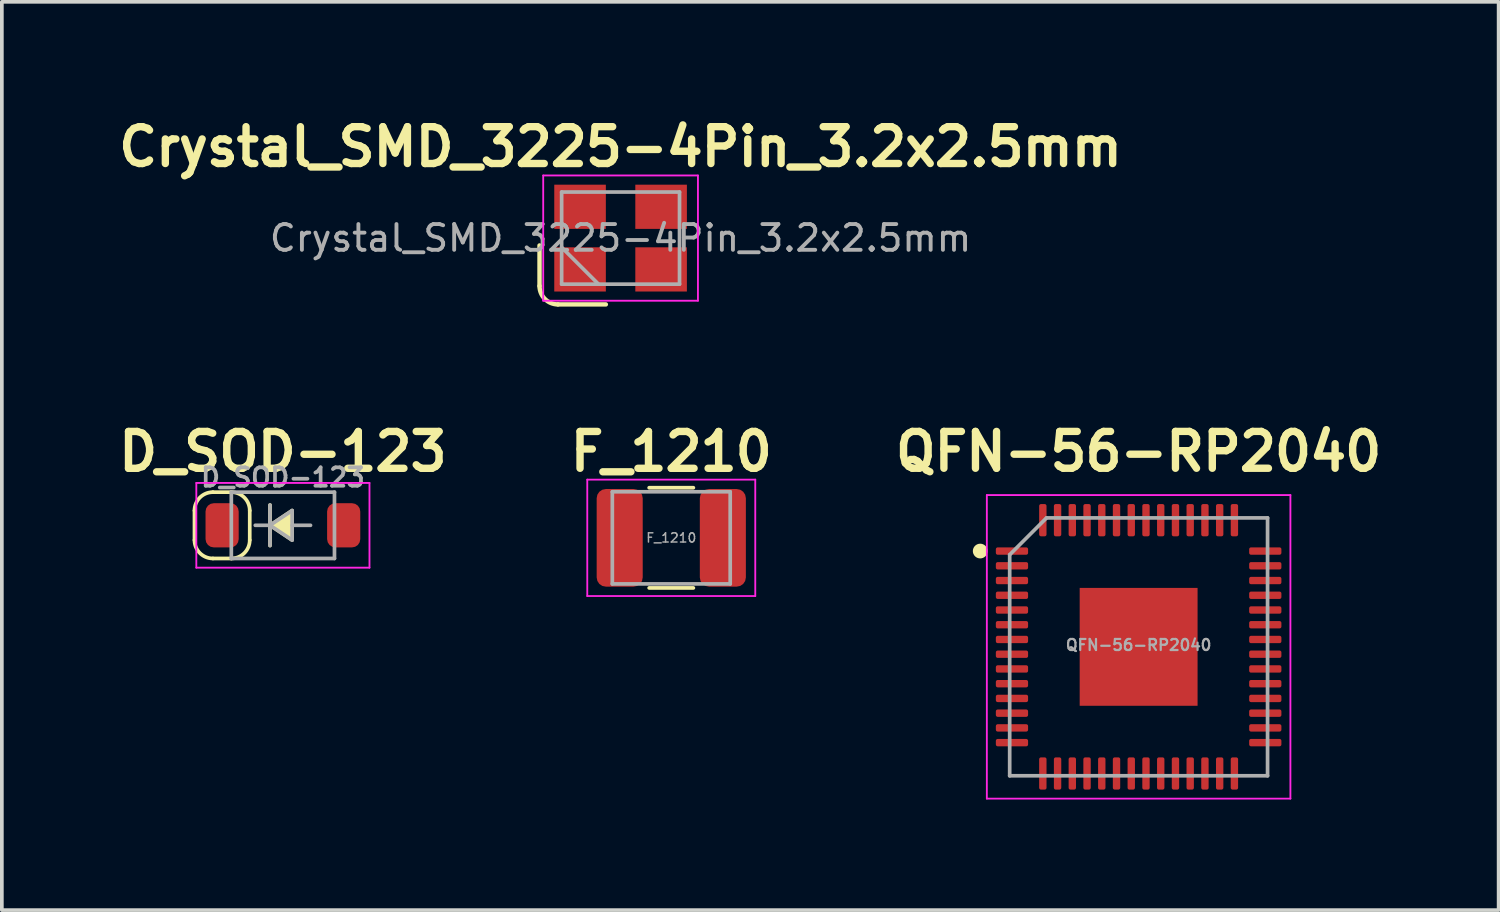
<source format=kicad_pcb>
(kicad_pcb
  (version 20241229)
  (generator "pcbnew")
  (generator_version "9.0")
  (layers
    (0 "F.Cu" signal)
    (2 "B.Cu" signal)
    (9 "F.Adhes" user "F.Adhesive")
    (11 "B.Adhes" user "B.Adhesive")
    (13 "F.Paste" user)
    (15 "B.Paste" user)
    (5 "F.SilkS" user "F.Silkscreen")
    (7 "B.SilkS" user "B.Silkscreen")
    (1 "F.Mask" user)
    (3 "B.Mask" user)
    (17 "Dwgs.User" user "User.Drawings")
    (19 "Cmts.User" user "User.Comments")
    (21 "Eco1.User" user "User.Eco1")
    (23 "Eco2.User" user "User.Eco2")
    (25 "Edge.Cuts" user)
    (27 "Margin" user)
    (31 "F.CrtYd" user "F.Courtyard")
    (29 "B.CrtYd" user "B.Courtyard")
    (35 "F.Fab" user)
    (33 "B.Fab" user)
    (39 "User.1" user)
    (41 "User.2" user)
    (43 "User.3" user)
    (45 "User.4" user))
  (footprint "QFN-56-RP2040"
    (layer "F.Cu")
    (at 27.857 14.508)
    (property "Reference" "QFN-56-RP2040" (at 0 -5.3 0) (unlocked yes) (layer "F.SilkS") (effects (font (size 1 1) (thickness 0.2))))
    (attr smd)
    (fp_circle (center -4.3 -2.6) (end -4.15 -2.6) (stroke (width 0.1) (type solid)) (fill yes) (layer "F.SilkS"))
    (fp_line (start -4.12 -4.12) (end -4.12 4.12) (stroke (width 0.05) (type solid)) (layer "F.CrtYd"))
    (fp_line (start -4.12 4.12) (end 4.12 4.12) (stroke (width 0.05) (type solid)) (layer "F.CrtYd"))
    (fp_line (start 4.12 -4.12) (end -4.12 -4.12) (stroke (width 0.05) (type solid)) (layer "F.CrtYd"))
    (fp_line (start 4.12 4.12) (end 4.12 -4.12) (stroke (width 0.05) (type solid)) (layer "F.CrtYd"))
    (fp_line (start -3.5 -2.5) (end -2.5 -3.5) (stroke (width 0.1) (type solid)) (layer "F.Fab"))
    (fp_line (start -3.5 3.5) (end -3.5 -2.5) (stroke (width 0.1) (type solid)) (layer "F.Fab"))
    (fp_line (start -2.5 -3.5) (end 3.5 -3.5) (stroke (width 0.1) (type solid)) (layer "F.Fab"))
    (fp_line (start 3.5 -3.5) (end 3.5 3.5) (stroke (width 0.1) (type solid)) (layer "F.Fab"))
    (fp_line (start 3.5 3.5) (end -3.5 3.5) (stroke (width 0.1) (type solid)) (layer "F.Fab"))
    (fp_text user "${REFERENCE}" (at 0 -0.05 0) (layer "F.Fab") (effects (font (size 0.3 0.3) (thickness 0.06))))
    (pad "" smd roundrect (at -0.7 -0.7) (size 1.13 1.13) (layers "F.Paste") (roundrect_rratio 0.221))
    (pad "" smd roundrect (at -0.7 0.7) (size 1.13 1.13) (layers "F.Paste") (roundrect_rratio 0.221))
    (pad "" smd roundrect (at 0.7 -0.7) (size 1.13 1.13) (layers "F.Paste") (roundrect_rratio 0.221))
    (pad "" smd roundrect (at 0.7 0.7) (size 1.13 1.13) (layers "F.Paste") (roundrect_rratio 0.221))
    (pad "1" smd roundrect (at -3.438 -2.6) (size 0.875 0.2) (layers "F.Cu" "F.Mask" "F.Paste") (roundrect_rratio 0.25))
    (pad "2" smd roundrect (at -3.438 -2.2) (size 0.875 0.2) (layers "F.Cu" "F.Mask" "F.Paste") (roundrect_rratio 0.25))
    (pad "3" smd roundrect (at -3.438 -1.8) (size 0.875 0.2) (layers "F.Cu" "F.Mask" "F.Paste") (roundrect_rratio 0.25))
    (pad "4" smd roundrect (at -3.438 -1.4) (size 0.875 0.2) (layers "F.Cu" "F.Mask" "F.Paste") (roundrect_rratio 0.25))
    (pad "5" smd roundrect (at -3.438 -1) (size 0.875 0.2) (layers "F.Cu" "F.Mask" "F.Paste") (roundrect_rratio 0.25))
    (pad "6" smd roundrect (at -3.438 -0.6) (size 0.875 0.2) (layers "F.Cu" "F.Mask" "F.Paste") (roundrect_rratio 0.25))
    (pad "7" smd roundrect (at -3.438 -0.2) (size 0.875 0.2) (layers "F.Cu" "F.Mask" "F.Paste") (roundrect_rratio 0.25))
    (pad "8" smd roundrect (at -3.438 0.2) (size 0.875 0.2) (layers "F.Cu" "F.Mask" "F.Paste") (roundrect_rratio 0.25))
    (pad "9" smd roundrect (at -3.438 0.6) (size 0.875 0.2) (layers "F.Cu" "F.Mask" "F.Paste") (roundrect_rratio 0.25))
    (pad "10" smd roundrect (at -3.438 1) (size 0.875 0.2) (layers "F.Cu" "F.Mask" "F.Paste") (roundrect_rratio 0.25))
    (pad "11" smd roundrect (at -3.438 1.4) (size 0.875 0.2) (layers "F.Cu" "F.Mask" "F.Paste") (roundrect_rratio 0.25))
    (pad "12" smd roundrect (at -3.438 1.8) (size 0.875 0.2) (layers "F.Cu" "F.Mask" "F.Paste") (roundrect_rratio 0.25))
    (pad "13" smd roundrect (at -3.438 2.2) (size 0.875 0.2) (layers "F.Cu" "F.Mask" "F.Paste") (roundrect_rratio 0.25))
    (pad "14" smd roundrect (at -3.438 2.6) (size 0.875 0.2) (layers "F.Cu" "F.Mask" "F.Paste") (roundrect_rratio 0.25))
    (pad "15" smd roundrect (at -2.6 3.438) (size 0.2 0.875) (layers "F.Cu" "F.Mask" "F.Paste") (roundrect_rratio 0.25))
    (pad "16" smd roundrect (at -2.2 3.438) (size 0.2 0.875) (layers "F.Cu" "F.Mask" "F.Paste") (roundrect_rratio 0.25))
    (pad "17" smd roundrect (at -1.8 3.438) (size 0.2 0.875) (layers "F.Cu" "F.Mask" "F.Paste") (roundrect_rratio 0.25))
    (pad "18" smd roundrect (at -1.4 3.438) (size 0.2 0.875) (layers "F.Cu" "F.Mask" "F.Paste") (roundrect_rratio 0.25))
    (pad "19" smd roundrect (at -1 3.438) (size 0.2 0.875) (layers "F.Cu" "F.Mask" "F.Paste") (roundrect_rratio 0.25))
    (pad "20" smd roundrect (at -0.6 3.438) (size 0.2 0.875) (layers "F.Cu" "F.Mask" "F.Paste") (roundrect_rratio 0.25))
    (pad "21" smd roundrect (at -0.2 3.438) (size 0.2 0.875) (layers "F.Cu" "F.Mask" "F.Paste") (roundrect_rratio 0.25))
    (pad "22" smd roundrect (at 0.2 3.438) (size 0.2 0.875) (layers "F.Cu" "F.Mask" "F.Paste") (roundrect_rratio 0.25))
    (pad "23" smd roundrect (at 0.6 3.438) (size 0.2 0.875) (layers "F.Cu" "F.Mask" "F.Paste") (roundrect_rratio 0.25))
    (pad "24" smd roundrect (at 1 3.438) (size 0.2 0.875) (layers "F.Cu" "F.Mask" "F.Paste") (roundrect_rratio 0.25))
    (pad "25" smd roundrect (at 1.4 3.438) (size 0.2 0.875) (layers "F.Cu" "F.Mask" "F.Paste") (roundrect_rratio 0.25))
    (pad "26" smd roundrect (at 1.8 3.438) (size 0.2 0.875) (layers "F.Cu" "F.Mask" "F.Paste") (roundrect_rratio 0.25))
    (pad "27" smd roundrect (at 2.2 3.438) (size 0.2 0.875) (layers "F.Cu" "F.Mask" "F.Paste") (roundrect_rratio 0.25))
    (pad "28" smd roundrect (at 2.6 3.438) (size 0.2 0.875) (layers "F.Cu" "F.Mask" "F.Paste") (roundrect_rratio 0.25))
    (pad "29" smd roundrect (at 3.438 2.6) (size 0.875 0.2) (layers "F.Cu" "F.Mask" "F.Paste") (roundrect_rratio 0.25))
    (pad "30" smd roundrect (at 3.438 2.2) (size 0.875 0.2) (layers "F.Cu" "F.Mask" "F.Paste") (roundrect_rratio 0.25))
    (pad "31" smd roundrect (at 3.438 1.8) (size 0.875 0.2) (layers "F.Cu" "F.Mask" "F.Paste") (roundrect_rratio 0.25))
    (pad "32" smd roundrect (at 3.438 1.4) (size 0.875 0.2) (layers "F.Cu" "F.Mask" "F.Paste") (roundrect_rratio 0.25))
    (pad "33" smd roundrect (at 3.438 1) (size 0.875 0.2) (layers "F.Cu" "F.Mask" "F.Paste") (roundrect_rratio 0.25))
    (pad "34" smd roundrect (at 3.438 0.6) (size 0.875 0.2) (layers "F.Cu" "F.Mask" "F.Paste") (roundrect_rratio 0.25))
    (pad "35" smd roundrect (at 3.438 0.2) (size 0.875 0.2) (layers "F.Cu" "F.Mask" "F.Paste") (roundrect_rratio 0.25))
    (pad "36" smd roundrect (at 3.438 -0.2) (size 0.875 0.2) (layers "F.Cu" "F.Mask" "F.Paste") (roundrect_rratio 0.25))
    (pad "37" smd roundrect (at 3.438 -0.6) (size 0.875 0.2) (layers "F.Cu" "F.Mask" "F.Paste") (roundrect_rratio 0.25))
    (pad "38" smd roundrect (at 3.438 -1) (size 0.875 0.2) (layers "F.Cu" "F.Mask" "F.Paste") (roundrect_rratio 0.25))
    (pad "39" smd roundrect (at 3.438 -1.4) (size 0.875 0.2) (layers "F.Cu" "F.Mask" "F.Paste") (roundrect_rratio 0.25))
    (pad "40" smd roundrect (at 3.438 -1.8) (size 0.875 0.2) (layers "F.Cu" "F.Mask" "F.Paste") (roundrect_rratio 0.25))
    (pad "41" smd roundrect (at 3.438 -2.2) (size 0.875 0.2) (layers "F.Cu" "F.Mask" "F.Paste") (roundrect_rratio 0.25))
    (pad "42" smd roundrect (at 3.438 -2.6) (size 0.875 0.2) (layers "F.Cu" "F.Mask" "F.Paste") (roundrect_rratio 0.25))
    (pad "43" smd roundrect (at 2.6 -3.438) (size 0.2 0.875) (layers "F.Cu" "F.Mask" "F.Paste") (roundrect_rratio 0.25))
    (pad "44" smd roundrect (at 2.2 -3.438) (size 0.2 0.875) (layers "F.Cu" "F.Mask" "F.Paste") (roundrect_rratio 0.25))
    (pad "45" smd roundrect (at 1.8 -3.438) (size 0.2 0.875) (layers "F.Cu" "F.Mask" "F.Paste") (roundrect_rratio 0.25))
    (pad "46" smd roundrect (at 1.4 -3.438) (size 0.2 0.875) (layers "F.Cu" "F.Mask" "F.Paste") (roundrect_rratio 0.25))
    (pad "47" smd roundrect (at 1 -3.438) (size 0.2 0.875) (layers "F.Cu" "F.Mask" "F.Paste") (roundrect_rratio 0.25))
    (pad "48" smd roundrect (at 0.6 -3.438) (size 0.2 0.875) (layers "F.Cu" "F.Mask" "F.Paste") (roundrect_rratio 0.25))
    (pad "49" smd roundrect (at 0.2 -3.438) (size 0.2 0.875) (layers "F.Cu" "F.Mask" "F.Paste") (roundrect_rratio 0.25))
    (pad "50" smd roundrect (at -0.2 -3.438) (size 0.2 0.875) (layers "F.Cu" "F.Mask" "F.Paste") (roundrect_rratio 0.25))
    (pad "51" smd roundrect (at -0.6 -3.438) (size 0.2 0.875) (layers "F.Cu" "F.Mask" "F.Paste") (roundrect_rratio 0.25))
    (pad "52" smd roundrect (at -1 -3.438) (size 0.2 0.875) (layers "F.Cu" "F.Mask" "F.Paste") (roundrect_rratio 0.25))
    (pad "53" smd roundrect (at -1.4 -3.438) (size 0.2 0.875) (layers "F.Cu" "F.Mask" "F.Paste") (roundrect_rratio 0.25))
    (pad "54" smd roundrect (at -1.8 -3.438) (size 0.2 0.875) (layers "F.Cu" "F.Mask" "F.Paste") (roundrect_rratio 0.25))
    (pad "55" smd roundrect (at -2.2 -3.438) (size 0.2 0.875) (layers "F.Cu" "F.Mask" "F.Paste") (roundrect_rratio 0.25))
    (pad "56" smd roundrect (at -2.6 -3.438) (size 0.2 0.875) (layers "F.Cu" "F.Mask" "F.Paste") (roundrect_rratio 0.25))
    (pad "57" smd rect (at 0 0) (size 3.2 3.2) (layers "F.Cu" "F.Mask")))
  (footprint "D_SOD-123"
    (layer "F.Cu")
    (at 4.629 11.209)
    (property "Reference" "D_SOD-123" (at 0 -2 0) (unlocked yes) (layer "F.SilkS") (effects (font (size 1 1) (thickness 0.2))))
    (attr smd)
    (fp_line (start -2.4 -0.4) (end -2.4 0.4) (stroke (width 0.1) (type solid)) (layer "F.SilkS"))
    (fp_line (start -1.9 0.9) (end -1.4 0.9) (stroke (width 0.1) (type solid)) (layer "F.SilkS"))
    (fp_line (start -1.4 -0.9) (end -1.9 -0.9) (stroke (width 0.1) (type solid)) (layer "F.SilkS"))
    (fp_line (start -0.9 0.4) (end -0.9 -0.4) (stroke (width 0.1) (type solid)) (layer "F.SilkS"))
    (fp_line (start -0.35 0.55) (end -0.35 -0.55) (stroke (width 0.1) (type solid)) (layer "F.SilkS"))
    (fp_arc (start -2.4 -0.4) (mid -2.253554 -0.753554) (end -1.9 -0.9) (stroke (width 0.1) (type solid)) (layer "F.SilkS"))
    (fp_arc (start -1.9 0.9) (mid -2.253554 0.753554) (end -2.4 0.4) (stroke (width 0.1) (type solid)) (layer "F.SilkS"))
    (fp_arc (start -1.4 -0.9) (mid -1.046446 -0.753554) (end -0.9 -0.4) (stroke (width 0.1) (type solid)) (layer "F.SilkS"))
    (fp_arc (start -0.9 0.4) (mid -1.046446 0.753554) (end -1.4 0.9) (stroke (width 0.1) (type solid)) (layer "F.SilkS"))
    (fp_poly (pts (xy 0.25 0.4) (xy -0.35 0) (xy 0.25 -0.4)) (stroke (width 0.1) (type solid)) (fill yes) (layer "F.SilkS"))
    (fp_line (start -2.35 -1.15) (end -2.35 1.15) (stroke (width 0.05) (type solid)) (layer "F.CrtYd"))
    (fp_line (start -2.35 -1.15) (end 2.35 -1.15) (stroke (width 0.05) (type solid)) (layer "F.CrtYd"))
    (fp_line (start 2.35 -1.15) (end 2.35 1.15) (stroke (width 0.05) (type solid)) (layer "F.CrtYd"))
    (fp_line (start 2.35 1.15) (end -2.35 1.15) (stroke (width 0.05) (type solid)) (layer "F.CrtYd"))
    (fp_line (start -1.4 -0.9) (end 1.4 -0.9) (stroke (width 0.1) (type solid)) (layer "F.Fab"))
    (fp_line (start -1.4 0.9) (end -1.4 -0.9) (stroke (width 0.1) (type solid)) (layer "F.Fab"))
    (fp_line (start -0.75 0) (end -0.35 0) (stroke (width 0.1) (type solid)) (layer "F.Fab"))
    (fp_line (start -0.35 0) (end -0.35 -0.55) (stroke (width 0.1) (type solid)) (layer "F.Fab"))
    (fp_line (start -0.35 0) (end -0.35 0.55) (stroke (width 0.1) (type solid)) (layer "F.Fab"))
    (fp_line (start -0.35 0) (end 0.25 -0.4) (stroke (width 0.1) (type solid)) (layer "F.Fab"))
    (fp_line (start 0.25 -0.4) (end 0.25 0.4) (stroke (width 0.1) (type solid)) (layer "F.Fab"))
    (fp_line (start 0.25 0) (end 0.75 0) (stroke (width 0.1) (type solid)) (layer "F.Fab"))
    (fp_line (start 0.25 0.4) (end -0.35 0) (stroke (width 0.1) (type solid)) (layer "F.Fab"))
    (fp_line (start 1.4 -0.9) (end 1.4 0.9) (stroke (width 0.1) (type solid)) (layer "F.Fab"))
    (fp_line (start 1.4 0.9) (end -1.4 0.9) (stroke (width 0.1) (type solid)) (layer "F.Fab"))
    (fp_text user "${REFERENCE}" (at 0 -1.3 0) (layer "F.Fab") (effects (font (size 0.5 0.5) (thickness 0.1))))
    (pad "1" smd roundrect (at -1.65 0) (size 0.9 1.2) (layers "F.Cu" "F.Mask" "F.Paste") (roundrect_rratio 0.25))
    (pad "2" smd roundrect (at 1.65 0) (size 0.9 1.2) (layers "F.Cu" "F.Mask" "F.Paste") (roundrect_rratio 0.25)))
  (footprint "F_1210"
    (layer "F.Cu")
    (at 15.171 11.549)
    (property "Reference" "F_1210" (at 0 -2.34 0) (unlocked yes) (layer "F.SilkS") (effects (font (size 1 1) (thickness 0.2))))
    (attr smd)
    (fp_line (start -0.6 -1.36) (end 0.6 -1.36) (stroke (width 0.1) (type solid)) (layer "F.SilkS"))
    (fp_line (start -0.6 1.36) (end 0.6 1.36) (stroke (width 0.1) (type solid)) (layer "F.SilkS"))
    (fp_line (start -2.28 -1.58) (end 2.28 -1.58) (stroke (width 0.05) (type solid)) (layer "F.CrtYd"))
    (fp_line (start -2.28 1.58) (end -2.28 -1.58) (stroke (width 0.05) (type solid)) (layer "F.CrtYd"))
    (fp_line (start 2.28 -1.58) (end 2.28 1.58) (stroke (width 0.05) (type solid)) (layer "F.CrtYd"))
    (fp_line (start 2.28 1.58) (end -2.28 1.58) (stroke (width 0.05) (type solid)) (layer "F.CrtYd"))
    (fp_line (start -1.6 -1.25) (end 1.6 -1.25) (stroke (width 0.1) (type solid)) (layer "F.Fab"))
    (fp_line (start -1.6 1.25) (end -1.6 -1.25) (stroke (width 0.1) (type solid)) (layer "F.Fab"))
    (fp_line (start 1.6 -1.25) (end 1.6 1.25) (stroke (width 0.1) (type solid)) (layer "F.Fab"))
    (fp_line (start 1.6 1.25) (end -1.6 1.25) (stroke (width 0.1) (type solid)) (layer "F.Fab"))
    (fp_text user "${REFERENCE}" (at 0 0 0) (layer "F.Fab") (effects (font (size 0.25 0.25) (thickness 0.04))))
    (pad "1" smd roundrect (at -1.4 0) (size 1.25 2.65) (layers "F.Cu" "F.Mask" "F.Paste") (roundrect_rratio 0.2))
    (pad "2" smd roundrect (at 1.4 0) (size 1.25 2.65) (layers "F.Cu" "F.Mask" "F.Paste") (roundrect_rratio 0.2)))
  (footprint "Crystal_SMD_3225-4Pin_3.2x2.5mm"
    (layer "F.Cu")
    (at 13.795 3.413)
    (property "Reference" "Crystal_SMD_3225-4Pin_3.2x2.5mm" (at 0 -2.477 0) (layer "F.SilkS") (effects (font (size 1 1) (thickness 0.2))))
    (attr through_hole)
    (fp_line (start -2.2 1.3) (end -2.2 0.2) (stroke (width 0.12) (type solid)) (layer "F.SilkS"))
    (fp_line (start -0.4 1.8) (end -1.7 1.8) (stroke (width 0.12) (type solid)) (layer "F.SilkS"))
    (fp_arc (start -1.7 1.8) (mid -2.053553 1.653553) (end -2.2 1.3) (stroke (width 0.12) (type solid)) (layer "F.SilkS"))
    (fp_line (start -2.1 -1.7) (end -2.1 1.7) (stroke (width 0.05) (type solid)) (layer "F.CrtYd"))
    (fp_line (start -2.1 1.7) (end 2.1 1.7) (stroke (width 0.05) (type solid)) (layer "F.CrtYd"))
    (fp_line (start 2.1 -1.7) (end -2.1 -1.7) (stroke (width 0.05) (type solid)) (layer "F.CrtYd"))
    (fp_line (start 2.1 1.7) (end 2.1 -1.7) (stroke (width 0.05) (type solid)) (layer "F.CrtYd"))
    (fp_line (start -1.6 -1.25) (end -1.6 1.25) (stroke (width 0.1) (type solid)) (layer "F.Fab"))
    (fp_line (start -1.6 0.25) (end -0.6 1.25) (stroke (width 0.1) (type solid)) (layer "F.Fab"))
    (fp_line (start -1.6 1.25) (end 1.6 1.25) (stroke (width 0.1) (type solid)) (layer "F.Fab"))
    (fp_line (start 1.6 -1.25) (end -1.6 -1.25) (stroke (width 0.1) (type solid)) (layer "F.Fab"))
    (fp_line (start 1.6 1.25) (end 1.6 -1.25) (stroke (width 0.1) (type solid)) (layer "F.Fab"))
    (fp_text user "${REFERENCE}" (at 0 0 0) (layer "F.Fab") (effects (font (size 0.7 0.7) (thickness 0.105))))
    (pad "1" smd rect (at -1.1 0.85) (size 1.4 1.2) (layers "F.Cu" "F.Mask" "F.Paste"))
    (pad "2" smd rect (at 1.1 0.85) (size 1.4 1.2) (layers "F.Cu" "F.Mask" "F.Paste"))
    (pad "3" smd rect (at 1.1 -0.85) (size 1.4 1.2) (layers "F.Cu" "F.Mask" "F.Paste"))
    (pad "4" smd rect (at -1.1 -0.85) (size 1.4 1.2) (layers "F.Cu" "F.Mask" "F.Paste")))
  (gr_rect
    (start -3 -3)
    (end 37.629 21.654)
    (stroke (width 0.1) (type default))
    (fill no)
    (layer "Edge.Cuts")))
</source>
